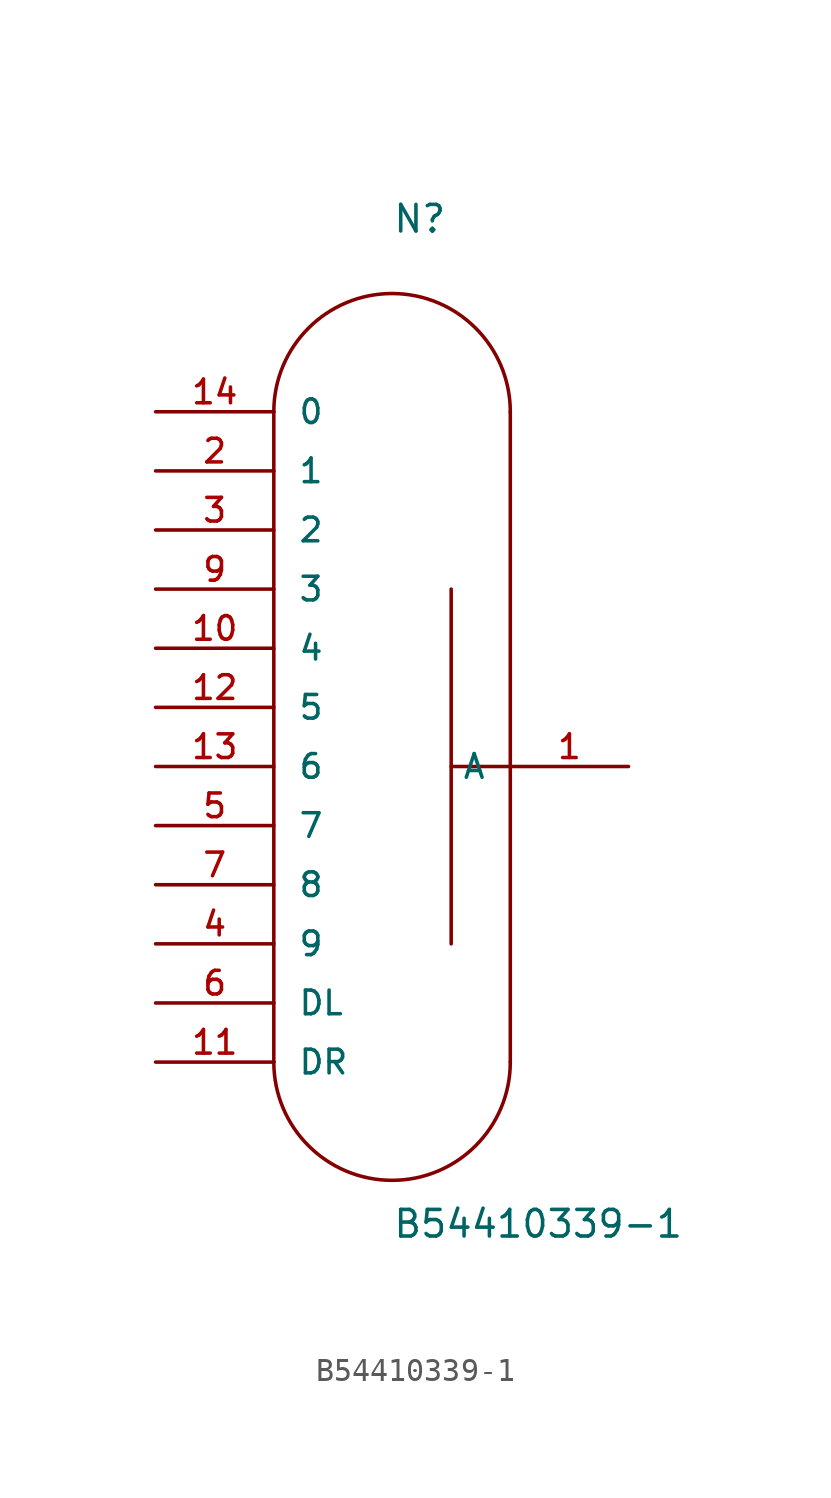
<source format=kicad_sym>
(kicad_symbol_lib
  (version 20241209)
  (generator "kicad_symbol_editor")
  (generator_version "9.0")
  (symbol "B54410339-1"
    (pin_names
      (offset 1.016))
    (property "Reference" "N"
      (at 0 22.86 0)
      (effects (font (size 1.143 1.143)) (justify left bottom)))
    (property "Value" "B54410339-1"
      (at 0 -20.32 0)
      (effects (font (size 1.143 1.143)) (justify left bottom)))
    (property "ki_locked" ""
      (at 0 0 0)
      (effects (font (size 1.27 1.27))))
    (symbol "B54410339-1_1_0"
      (polyline (pts (xy -5.08 15.24) (xy -5.08 -12.7)) (stroke (width 0) (type default)) (fill (type none)))
      (polyline (pts (xy 2.54 -7.62) (xy 2.54 7.62)) (stroke (width 0) (type default)) (fill (type none)))
      (polyline (pts (xy 5.08 15.24) (xy 5.08 -12.7)) (stroke (width 0) (type default)) (fill (type none)))
      (polyline (pts (xy 5.08 0) (xy 2.54 0)) (stroke (width 0) (type default)) (fill (type none))))
    (symbol "B54410339-1_1_1"
      (arc (start -5.08 15.24) (mid 0 20.2978) (end 5.08 15.24) (stroke (width 0) (type default)) (fill (type none)))
      (arc (start 5.08 -12.7) (mid 0 -17.7578) (end -5.08 -12.7) (stroke (width 0) (type default)) (fill (type none)))
      (pin passive line (at -10.16 15.24 0) (length 5.08) (name "0" (effects (font (size 1.016 1.016)))) (number "14" (effects (font (size 1.016 1.016)))))
      (pin passive line (at -10.16 12.7 0) (length 5.08) (name "1" (effects (font (size 1.016 1.016)))) (number "2" (effects (font (size 1.016 1.016)))))
      (pin passive line (at -10.16 10.16 0) (length 5.08) (name "2" (effects (font (size 1.016 1.016)))) (number "3" (effects (font (size 1.016 1.016)))))
      (pin passive line (at -10.16 7.62 0) (length 5.08) (name "3" (effects (font (size 1.016 1.016)))) (number "9" (effects (font (size 1.016 1.016)))))
      (pin passive line (at -10.16 5.08 0) (length 5.08) (name "4" (effects (font (size 1.016 1.016)))) (number "10" (effects (font (size 1.016 1.016)))))
      (pin passive line (at -10.16 2.54 0) (length 5.08) (name "5" (effects (font (size 1.016 1.016)))) (number "12" (effects (font (size 1.016 1.016)))))
      (pin passive line (at -10.16 0 0) (length 5.08) (name "6" (effects (font (size 1.016 1.016)))) (number "13" (effects (font (size 1.016 1.016)))))
      (pin passive line (at -10.16 -2.54 0) (length 5.08) (name "7" (effects (font (size 1.016 1.016)))) (number "5" (effects (font (size 1.016 1.016)))))
      (pin passive line (at -10.16 -5.08 0) (length 5.08) (name "8" (effects (font (size 1.016 1.016)))) (number "7" (effects (font (size 1.016 1.016)))))
      (pin passive line (at -10.16 -7.62 0) (length 5.08) (name "9" (effects (font (size 1.016 1.016)))) (number "4" (effects (font (size 1.016 1.016)))))
      (pin passive line (at -10.16 -10.16 0) (length 5.08) (name "DL" (effects (font (size 1.016 1.016)))) (number "6" (effects (font (size 1.016 1.016)))))
      (pin passive line (at -10.16 -12.7 0) (length 5.08) (name "DR" (effects (font (size 1.016 1.016)))) (number "11" (effects (font (size 1.016 1.016)))))
      (pin passive line (at 10.16 0 180) (length 5.08) (name "A" (effects (font (size 1.016 1.016)))) (number "1" (effects (font (size 1.016 1.016))))))))
</source>
